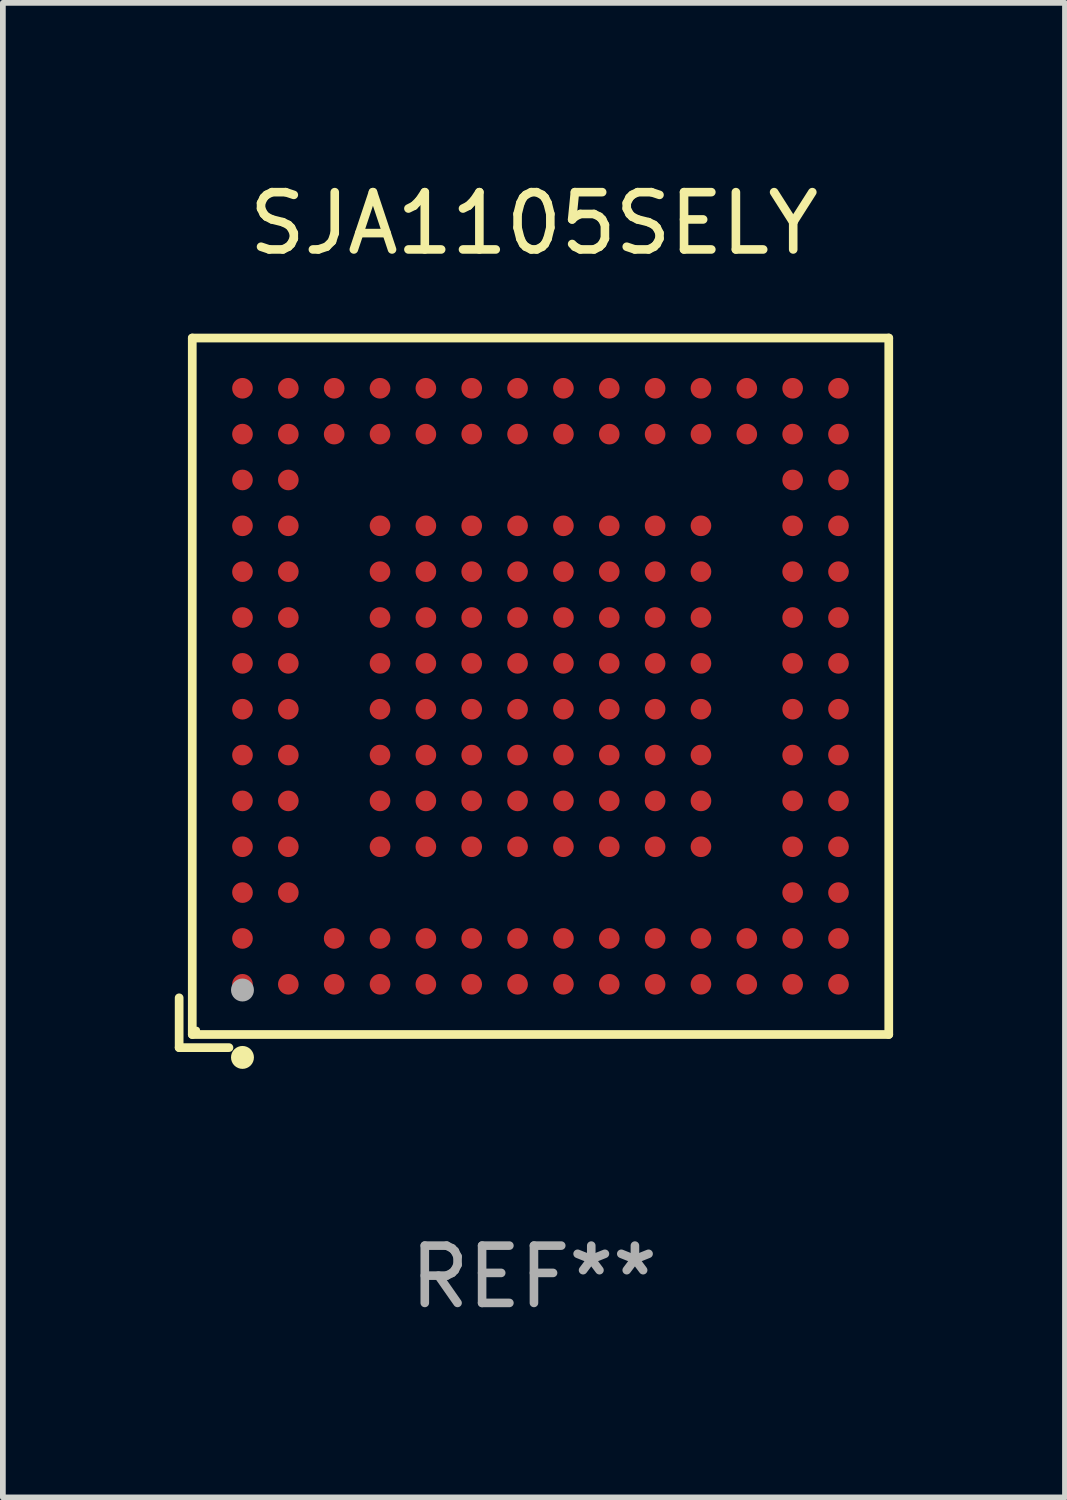
<source format=kicad_pcb>
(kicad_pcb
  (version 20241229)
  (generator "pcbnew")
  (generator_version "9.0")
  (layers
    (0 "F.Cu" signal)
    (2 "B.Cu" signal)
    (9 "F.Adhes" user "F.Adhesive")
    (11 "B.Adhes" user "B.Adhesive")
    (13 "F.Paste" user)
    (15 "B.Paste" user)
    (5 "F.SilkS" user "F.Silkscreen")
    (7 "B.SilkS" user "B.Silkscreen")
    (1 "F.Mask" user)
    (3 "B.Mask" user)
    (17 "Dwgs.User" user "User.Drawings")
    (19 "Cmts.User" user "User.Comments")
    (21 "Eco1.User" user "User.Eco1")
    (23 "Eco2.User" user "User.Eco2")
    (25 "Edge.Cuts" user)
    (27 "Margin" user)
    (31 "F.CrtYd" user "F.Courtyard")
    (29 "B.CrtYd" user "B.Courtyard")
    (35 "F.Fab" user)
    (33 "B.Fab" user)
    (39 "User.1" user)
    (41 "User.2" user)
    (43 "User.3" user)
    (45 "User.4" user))
  (footprint "SJA1105SELY"
    (layer "F.Cu")
    (at 6.267 9.039)
    (property "Reference" "SJA1105SELY" (at 0 -8.191 0) (layer "F.SilkS") (effects (font (size 1 1) (thickness 0.15))))
    (attr through_hole)
    (fp_line (start -6.191 5.322) (end -6.191 6.191) (stroke (width 0.152) (type solid)) (layer "F.SilkS"))
    (fp_line (start -6.191 6.191) (end -5.322 6.191) (stroke (width 0.152) (type solid)) (layer "F.SilkS"))
    (fp_line (start -5.962 -6.191) (end 6.191 -6.191) (stroke (width 0.152) (type solid)) (layer "F.SilkS"))
    (fp_line (start -5.962 5.962) (end -5.962 -6.191) (stroke (width 0.152) (type solid)) (layer "F.SilkS"))
    (fp_line (start 6.191 -6.191) (end 6.191 5.962) (stroke (width 0.152) (type solid)) (layer "F.SilkS"))
    (fp_line (start 6.191 5.962) (end -5.962 5.962) (stroke (width 0.152) (type solid)) (layer "F.SilkS"))
    (fp_circle (center -5.886 5.886) (end -5.856 5.886) (stroke (width 0.06) (type solid)) (fill no) (layer "F.SilkS"))
    (fp_circle (center -5.086 6.362) (end -4.986 6.362) (stroke (width 0.2) (type solid)) (fill no) (layer "F.SilkS"))
    (fp_circle (center -5.086 5.186) (end -4.986 5.186) (stroke (width 0.2) (type solid)) (fill no) (layer "F.Fab"))
    (fp_text user "REF**" (at 0 10.191 0) (layer "F.Fab") (effects (font (size 1 1) (thickness 0.15))))
    (pad "A1" smd circle (at -5.086 5.086) (size 0.36 0.36) (layers "F.Cu" "F.Mask" "F.Paste"))
    (pad "A2" smd circle (at -5.086 4.286) (size 0.36 0.36) (layers "F.Cu" "F.Mask" "F.Paste"))
    (pad "A3" smd circle (at -5.086 3.486) (size 0.36 0.36) (layers "F.Cu" "F.Mask" "F.Paste"))
    (pad "A4" smd circle (at -5.086 2.686) (size 0.36 0.36) (layers "F.Cu" "F.Mask" "F.Paste"))
    (pad "A5" smd circle (at -5.086 1.886) (size 0.36 0.36) (layers "F.Cu" "F.Mask" "F.Paste"))
    (pad "A6" smd circle (at -5.086 1.086) (size 0.36 0.36) (layers "F.Cu" "F.Mask" "F.Paste"))
    (pad "A7" smd circle (at -5.086 0.286) (size 0.36 0.36) (layers "F.Cu" "F.Mask" "F.Paste"))
    (pad "A8" smd circle (at -5.086 -0.514) (size 0.36 0.36) (layers "F.Cu" "F.Mask" "F.Paste"))
    (pad "A9" smd circle (at -5.086 -1.314) (size 0.36 0.36) (layers "F.Cu" "F.Mask" "F.Paste"))
    (pad "A10" smd circle (at -5.086 -2.114) (size 0.36 0.36) (layers "F.Cu" "F.Mask" "F.Paste"))
    (pad "A11" smd circle (at -5.086 -2.914) (size 0.36 0.36) (layers "F.Cu" "F.Mask" "F.Paste"))
    (pad "A12" smd circle (at -5.086 -3.714) (size 0.36 0.36) (layers "F.Cu" "F.Mask" "F.Paste"))
    (pad "A13" smd circle (at -5.086 -4.514) (size 0.36 0.36) (layers "F.Cu" "F.Mask" "F.Paste"))
    (pad "A14" smd circle (at -5.086 -5.314) (size 0.36 0.36) (layers "F.Cu" "F.Mask" "F.Paste"))
    (pad "B1" smd circle (at -4.286 5.086) (size 0.36 0.36) (layers "F.Cu" "F.Mask" "F.Paste"))
    (pad "B3" smd circle (at -4.286 3.486) (size 0.36 0.36) (layers "F.Cu" "F.Mask" "F.Paste"))
    (pad "B4" smd circle (at -4.286 2.686) (size 0.36 0.36) (layers "F.Cu" "F.Mask" "F.Paste"))
    (pad "B5" smd circle (at -4.286 1.886) (size 0.36 0.36) (layers "F.Cu" "F.Mask" "F.Paste"))
    (pad "B6" smd circle (at -4.286 1.086) (size 0.36 0.36) (layers "F.Cu" "F.Mask" "F.Paste"))
    (pad "B7" smd circle (at -4.286 0.286) (size 0.36 0.36) (layers "F.Cu" "F.Mask" "F.Paste"))
    (pad "B8" smd circle (at -4.286 -0.514) (size 0.36 0.36) (layers "F.Cu" "F.Mask" "F.Paste"))
    (pad "B9" smd circle (at -4.286 -1.314) (size 0.36 0.36) (layers "F.Cu" "F.Mask" "F.Paste"))
    (pad "B10" smd circle (at -4.286 -2.114) (size 0.36 0.36) (layers "F.Cu" "F.Mask" "F.Paste"))
    (pad "B11" smd circle (at -4.286 -2.914) (size 0.36 0.36) (layers "F.Cu" "F.Mask" "F.Paste"))
    (pad "B12" smd circle (at -4.286 -3.714) (size 0.36 0.36) (layers "F.Cu" "F.Mask" "F.Paste"))
    (pad "B13" smd circle (at -4.286 -4.514) (size 0.36 0.36) (layers "F.Cu" "F.Mask" "F.Paste"))
    (pad "B14" smd circle (at -4.286 -5.314) (size 0.36 0.36) (layers "F.Cu" "F.Mask" "F.Paste"))
    (pad "C1" smd circle (at -3.486 5.086) (size 0.36 0.36) (layers "F.Cu" "F.Mask" "F.Paste"))
    (pad "C2" smd circle (at -3.486 4.286) (size 0.36 0.36) (layers "F.Cu" "F.Mask" "F.Paste"))
    (pad "C13" smd circle (at -3.486 -4.514) (size 0.36 0.36) (layers "F.Cu" "F.Mask" "F.Paste"))
    (pad "C14" smd circle (at -3.486 -5.314) (size 0.36 0.36) (layers "F.Cu" "F.Mask" "F.Paste"))
    (pad "D1" smd circle (at -2.686 5.086) (size 0.36 0.36) (layers "F.Cu" "F.Mask" "F.Paste"))
    (pad "D2" smd circle (at -2.686 4.286) (size 0.36 0.36) (layers "F.Cu" "F.Mask" "F.Paste"))
    (pad "D4" smd circle (at -2.686 2.686) (size 0.36 0.36) (layers "F.Cu" "F.Mask" "F.Paste"))
    (pad "D5" smd circle (at -2.686 1.886) (size 0.36 0.36) (layers "F.Cu" "F.Mask" "F.Paste"))
    (pad "D6" smd circle (at -2.686 1.086) (size 0.36 0.36) (layers "F.Cu" "F.Mask" "F.Paste"))
    (pad "D7" smd circle (at -2.686 0.286) (size 0.36 0.36) (layers "F.Cu" "F.Mask" "F.Paste"))
    (pad "D8" smd circle (at -2.686 -0.514) (size 0.36 0.36) (layers "F.Cu" "F.Mask" "F.Paste"))
    (pad "D9" smd circle (at -2.686 -1.314) (size 0.36 0.36) (layers "F.Cu" "F.Mask" "F.Paste"))
    (pad "D10" smd circle (at -2.686 -2.114) (size 0.36 0.36) (layers "F.Cu" "F.Mask" "F.Paste"))
    (pad "D11" smd circle (at -2.686 -2.914) (size 0.36 0.36) (layers "F.Cu" "F.Mask" "F.Paste"))
    (pad "D13" smd circle (at -2.686 -4.514) (size 0.36 0.36) (layers "F.Cu" "F.Mask" "F.Paste"))
    (pad "D14" smd circle (at -2.686 -5.314) (size 0.36 0.36) (layers "F.Cu" "F.Mask" "F.Paste"))
    (pad "E1" smd circle (at -1.886 5.086) (size 0.36 0.36) (layers "F.Cu" "F.Mask" "F.Paste"))
    (pad "E2" smd circle (at -1.886 4.286) (size 0.36 0.36) (layers "F.Cu" "F.Mask" "F.Paste"))
    (pad "E4" smd circle (at -1.886 2.686) (size 0.36 0.36) (layers "F.Cu" "F.Mask" "F.Paste"))
    (pad "E5" smd circle (at -1.886 1.886) (size 0.36 0.36) (layers "F.Cu" "F.Mask" "F.Paste"))
    (pad "E6" smd circle (at -1.886 1.086) (size 0.36 0.36) (layers "F.Cu" "F.Mask" "F.Paste"))
    (pad "E7" smd circle (at -1.886 0.286) (size 0.36 0.36) (layers "F.Cu" "F.Mask" "F.Paste"))
    (pad "E8" smd circle (at -1.886 -0.514) (size 0.36 0.36) (layers "F.Cu" "F.Mask" "F.Paste"))
    (pad "E9" smd circle (at -1.886 -1.314) (size 0.36 0.36) (layers "F.Cu" "F.Mask" "F.Paste"))
    (pad "E10" smd circle (at -1.886 -2.114) (size 0.36 0.36) (layers "F.Cu" "F.Mask" "F.Paste"))
    (pad "E11" smd circle (at -1.886 -2.914) (size 0.36 0.36) (layers "F.Cu" "F.Mask" "F.Paste"))
    (pad "E13" smd circle (at -1.886 -4.514) (size 0.36 0.36) (layers "F.Cu" "F.Mask" "F.Paste"))
    (pad "E14" smd circle (at -1.886 -5.314) (size 0.36 0.36) (layers "F.Cu" "F.Mask" "F.Paste"))
    (pad "F1" smd circle (at -1.086 5.086) (size 0.36 0.36) (layers "F.Cu" "F.Mask" "F.Paste"))
    (pad "F2" smd circle (at -1.086 4.286) (size 0.36 0.36) (layers "F.Cu" "F.Mask" "F.Paste"))
    (pad "F4" smd circle (at -1.086 2.686) (size 0.36 0.36) (layers "F.Cu" "F.Mask" "F.Paste"))
    (pad "F5" smd circle (at -1.086 1.886) (size 0.36 0.36) (layers "F.Cu" "F.Mask" "F.Paste"))
    (pad "F6" smd circle (at -1.086 1.086) (size 0.36 0.36) (layers "F.Cu" "F.Mask" "F.Paste"))
    (pad "F7" smd circle (at -1.086 0.286) (size 0.36 0.36) (layers "F.Cu" "F.Mask" "F.Paste"))
    (pad "F8" smd circle (at -1.086 -0.514) (size 0.36 0.36) (layers "F.Cu" "F.Mask" "F.Paste"))
    (pad "F9" smd circle (at -1.086 -1.314) (size 0.36 0.36) (layers "F.Cu" "F.Mask" "F.Paste"))
    (pad "F10" smd circle (at -1.086 -2.114) (size 0.36 0.36) (layers "F.Cu" "F.Mask" "F.Paste"))
    (pad "F11" smd circle (at -1.086 -2.914) (size 0.36 0.36) (layers "F.Cu" "F.Mask" "F.Paste"))
    (pad "F13" smd circle (at -1.086 -4.514) (size 0.36 0.36) (layers "F.Cu" "F.Mask" "F.Paste"))
    (pad "F14" smd circle (at -1.086 -5.314) (size 0.36 0.36) (layers "F.Cu" "F.Mask" "F.Paste"))
    (pad "G1" smd circle (at -0.286 5.086) (size 0.36 0.36) (layers "F.Cu" "F.Mask" "F.Paste"))
    (pad "G2" smd circle (at -0.286 4.286) (size 0.36 0.36) (layers "F.Cu" "F.Mask" "F.Paste"))
    (pad "G4" smd circle (at -0.286 2.686) (size 0.36 0.36) (layers "F.Cu" "F.Mask" "F.Paste"))
    (pad "G5" smd circle (at -0.286 1.886) (size 0.36 0.36) (layers "F.Cu" "F.Mask" "F.Paste"))
    (pad "G6" smd circle (at -0.286 1.086) (size 0.36 0.36) (layers "F.Cu" "F.Mask" "F.Paste"))
    (pad "G7" smd circle (at -0.286 0.286) (size 0.36 0.36) (layers "F.Cu" "F.Mask" "F.Paste"))
    (pad "G8" smd circle (at -0.286 -0.514) (size 0.36 0.36) (layers "F.Cu" "F.Mask" "F.Paste"))
    (pad "G9" smd circle (at -0.286 -1.314) (size 0.36 0.36) (layers "F.Cu" "F.Mask" "F.Paste"))
    (pad "G10" smd circle (at -0.286 -2.114) (size 0.36 0.36) (layers "F.Cu" "F.Mask" "F.Paste"))
    (pad "G11" smd circle (at -0.286 -2.914) (size 0.36 0.36) (layers "F.Cu" "F.Mask" "F.Paste"))
    (pad "G13" smd circle (at -0.286 -4.514) (size 0.36 0.36) (layers "F.Cu" "F.Mask" "F.Paste"))
    (pad "G14" smd circle (at -0.286 -5.314) (size 0.36 0.36) (layers "F.Cu" "F.Mask" "F.Paste"))
    (pad "H1" smd circle (at 0.514 5.086) (size 0.36 0.36) (layers "F.Cu" "F.Mask" "F.Paste"))
    (pad "H2" smd circle (at 0.514 4.286) (size 0.36 0.36) (layers "F.Cu" "F.Mask" "F.Paste"))
    (pad "H4" smd circle (at 0.514 2.686) (size 0.36 0.36) (layers "F.Cu" "F.Mask" "F.Paste"))
    (pad "H5" smd circle (at 0.514 1.886) (size 0.36 0.36) (layers "F.Cu" "F.Mask" "F.Paste"))
    (pad "H6" smd circle (at 0.514 1.086) (size 0.36 0.36) (layers "F.Cu" "F.Mask" "F.Paste"))
    (pad "H7" smd circle (at 0.514 0.286) (size 0.36 0.36) (layers "F.Cu" "F.Mask" "F.Paste"))
    (pad "H8" smd circle (at 0.514 -0.514) (size 0.36 0.36) (layers "F.Cu" "F.Mask" "F.Paste"))
    (pad "H9" smd circle (at 0.514 -1.314) (size 0.36 0.36) (layers "F.Cu" "F.Mask" "F.Paste"))
    (pad "H10" smd circle (at 0.514 -2.114) (size 0.36 0.36) (layers "F.Cu" "F.Mask" "F.Paste"))
    (pad "H11" smd circle (at 0.514 -2.914) (size 0.36 0.36) (layers "F.Cu" "F.Mask" "F.Paste"))
    (pad "H13" smd circle (at 0.514 -4.514) (size 0.36 0.36) (layers "F.Cu" "F.Mask" "F.Paste"))
    (pad "H14" smd circle (at 0.514 -5.314) (size 0.36 0.36) (layers "F.Cu" "F.Mask" "F.Paste"))
    (pad "J1" smd circle (at 1.314 5.086) (size 0.36 0.36) (layers "F.Cu" "F.Mask" "F.Paste"))
    (pad "J2" smd circle (at 1.314 4.286) (size 0.36 0.36) (layers "F.Cu" "F.Mask" "F.Paste"))
    (pad "J4" smd circle (at 1.314 2.686) (size 0.36 0.36) (layers "F.Cu" "F.Mask" "F.Paste"))
    (pad "J5" smd circle (at 1.314 1.886) (size 0.36 0.36) (layers "F.Cu" "F.Mask" "F.Paste"))
    (pad "J6" smd circle (at 1.314 1.086) (size 0.36 0.36) (layers "F.Cu" "F.Mask" "F.Paste"))
    (pad "J7" smd circle (at 1.314 0.286) (size 0.36 0.36) (layers "F.Cu" "F.Mask" "F.Paste"))
    (pad "J8" smd circle (at 1.314 -0.514) (size 0.36 0.36) (layers "F.Cu" "F.Mask" "F.Paste"))
    (pad "J9" smd circle (at 1.314 -1.314) (size 0.36 0.36) (layers "F.Cu" "F.Mask" "F.Paste"))
    (pad "J10" smd circle (at 1.314 -2.114) (size 0.36 0.36) (layers "F.Cu" "F.Mask" "F.Paste"))
    (pad "J11" smd circle (at 1.314 -2.914) (size 0.36 0.36) (layers "F.Cu" "F.Mask" "F.Paste"))
    (pad "J13" smd circle (at 1.314 -4.514) (size 0.36 0.36) (layers "F.Cu" "F.Mask" "F.Paste"))
    (pad "J14" smd circle (at 1.314 -5.314) (size 0.36 0.36) (layers "F.Cu" "F.Mask" "F.Paste"))
    (pad "K1" smd circle (at 2.114 5.086) (size 0.36 0.36) (layers "F.Cu" "F.Mask" "F.Paste"))
    (pad "K2" smd circle (at 2.114 4.286) (size 0.36 0.36) (layers "F.Cu" "F.Mask" "F.Paste"))
    (pad "K4" smd circle (at 2.114 2.686) (size 0.36 0.36) (layers "F.Cu" "F.Mask" "F.Paste"))
    (pad "K5" smd circle (at 2.114 1.886) (size 0.36 0.36) (layers "F.Cu" "F.Mask" "F.Paste"))
    (pad "K6" smd circle (at 2.114 1.086) (size 0.36 0.36) (layers "F.Cu" "F.Mask" "F.Paste"))
    (pad "K7" smd circle (at 2.114 0.286) (size 0.36 0.36) (layers "F.Cu" "F.Mask" "F.Paste"))
    (pad "K8" smd circle (at 2.114 -0.514) (size 0.36 0.36) (layers "F.Cu" "F.Mask" "F.Paste"))
    (pad "K9" smd circle (at 2.114 -1.314) (size 0.36 0.36) (layers "F.Cu" "F.Mask" "F.Paste"))
    (pad "K10" smd circle (at 2.114 -2.114) (size 0.36 0.36) (layers "F.Cu" "F.Mask" "F.Paste"))
    (pad "K11" smd circle (at 2.114 -2.914) (size 0.36 0.36) (layers "F.Cu" "F.Mask" "F.Paste"))
    (pad "K13" smd circle (at 2.114 -4.514) (size 0.36 0.36) (layers "F.Cu" "F.Mask" "F.Paste"))
    (pad "K14" smd circle (at 2.114 -5.314) (size 0.36 0.36) (layers "F.Cu" "F.Mask" "F.Paste"))
    (pad "L1" smd circle (at 2.914 5.086) (size 0.36 0.36) (layers "F.Cu" "F.Mask" "F.Paste"))
    (pad "L2" smd circle (at 2.914 4.286) (size 0.36 0.36) (layers "F.Cu" "F.Mask" "F.Paste"))
    (pad "L4" smd circle (at 2.914 2.686) (size 0.36 0.36) (layers "F.Cu" "F.Mask" "F.Paste"))
    (pad "L5" smd circle (at 2.914 1.886) (size 0.36 0.36) (layers "F.Cu" "F.Mask" "F.Paste"))
    (pad "L6" smd circle (at 2.914 1.086) (size 0.36 0.36) (layers "F.Cu" "F.Mask" "F.Paste"))
    (pad "L7" smd circle (at 2.914 0.286) (size 0.36 0.36) (layers "F.Cu" "F.Mask" "F.Paste"))
    (pad "L8" smd circle (at 2.914 -0.514) (size 0.36 0.36) (layers "F.Cu" "F.Mask" "F.Paste"))
    (pad "L9" smd circle (at 2.914 -1.314) (size 0.36 0.36) (layers "F.Cu" "F.Mask" "F.Paste"))
    (pad "L10" smd circle (at 2.914 -2.114) (size 0.36 0.36) (layers "F.Cu" "F.Mask" "F.Paste"))
    (pad "L11" smd circle (at 2.914 -2.914) (size 0.36 0.36) (layers "F.Cu" "F.Mask" "F.Paste"))
    (pad "L13" smd circle (at 2.914 -4.514) (size 0.36 0.36) (layers "F.Cu" "F.Mask" "F.Paste"))
    (pad "L14" smd circle (at 2.914 -5.314) (size 0.36 0.36) (layers "F.Cu" "F.Mask" "F.Paste"))
    (pad "M1" smd circle (at 3.714 5.086) (size 0.36 0.36) (layers "F.Cu" "F.Mask" "F.Paste"))
    (pad "M2" smd circle (at 3.714 4.286) (size 0.36 0.36) (layers "F.Cu" "F.Mask" "F.Paste"))
    (pad "M13" smd circle (at 3.714 -4.514) (size 0.36 0.36) (layers "F.Cu" "F.Mask" "F.Paste"))
    (pad "M14" smd circle (at 3.714 -5.314) (size 0.36 0.36) (layers "F.Cu" "F.Mask" "F.Paste"))
    (pad "N1" smd circle (at 4.514 5.086) (size 0.36 0.36) (layers "F.Cu" "F.Mask" "F.Paste"))
    (pad "N2" smd circle (at 4.514 4.286) (size 0.36 0.36) (layers "F.Cu" "F.Mask" "F.Paste"))
    (pad "N3" smd circle (at 4.514 3.486) (size 0.36 0.36) (layers "F.Cu" "F.Mask" "F.Paste"))
    (pad "N4" smd circle (at 4.514 2.686) (size 0.36 0.36) (layers "F.Cu" "F.Mask" "F.Paste"))
    (pad "N5" smd circle (at 4.514 1.886) (size 0.36 0.36) (layers "F.Cu" "F.Mask" "F.Paste"))
    (pad "N6" smd circle (at 4.514 1.086) (size 0.36 0.36) (layers "F.Cu" "F.Mask" "F.Paste"))
    (pad "N7" smd circle (at 4.514 0.286) (size 0.36 0.36) (layers "F.Cu" "F.Mask" "F.Paste"))
    (pad "N8" smd circle (at 4.514 -0.514) (size 0.36 0.36) (layers "F.Cu" "F.Mask" "F.Paste"))
    (pad "N9" smd circle (at 4.514 -1.314) (size 0.36 0.36) (layers "F.Cu" "F.Mask" "F.Paste"))
    (pad "N10" smd circle (at 4.514 -2.114) (size 0.36 0.36) (layers "F.Cu" "F.Mask" "F.Paste"))
    (pad "N11" smd circle (at 4.514 -2.914) (size 0.36 0.36) (layers "F.Cu" "F.Mask" "F.Paste"))
    (pad "N12" smd circle (at 4.514 -3.714) (size 0.36 0.36) (layers "F.Cu" "F.Mask" "F.Paste"))
    (pad "N13" smd circle (at 4.514 -4.514) (size 0.36 0.36) (layers "F.Cu" "F.Mask" "F.Paste"))
    (pad "N14" smd circle (at 4.514 -5.314) (size 0.36 0.36) (layers "F.Cu" "F.Mask" "F.Paste"))
    (pad "P1" smd circle (at 5.314 5.086) (size 0.36 0.36) (layers "F.Cu" "F.Mask" "F.Paste"))
    (pad "P2" smd circle (at 5.314 4.286) (size 0.36 0.36) (layers "F.Cu" "F.Mask" "F.Paste"))
    (pad "P3" smd circle (at 5.314 3.486) (size 0.36 0.36) (layers "F.Cu" "F.Mask" "F.Paste"))
    (pad "P4" smd circle (at 5.314 2.686) (size 0.36 0.36) (layers "F.Cu" "F.Mask" "F.Paste"))
    (pad "P5" smd circle (at 5.314 1.886) (size 0.36 0.36) (layers "F.Cu" "F.Mask" "F.Paste"))
    (pad "P6" smd circle (at 5.314 1.086) (size 0.36 0.36) (layers "F.Cu" "F.Mask" "F.Paste"))
    (pad "P7" smd circle (at 5.314 0.286) (size 0.36 0.36) (layers "F.Cu" "F.Mask" "F.Paste"))
    (pad "P8" smd circle (at 5.314 -0.514) (size 0.36 0.36) (layers "F.Cu" "F.Mask" "F.Paste"))
    (pad "P9" smd circle (at 5.314 -1.314) (size 0.36 0.36) (layers "F.Cu" "F.Mask" "F.Paste"))
    (pad "P10" smd circle (at 5.314 -2.114) (size 0.36 0.36) (layers "F.Cu" "F.Mask" "F.Paste"))
    (pad "P11" smd circle (at 5.314 -2.914) (size 0.36 0.36) (layers "F.Cu" "F.Mask" "F.Paste"))
    (pad "P12" smd circle (at 5.314 -3.714) (size 0.36 0.36) (layers "F.Cu" "F.Mask" "F.Paste"))
    (pad "P13" smd circle (at 5.314 -4.514) (size 0.36 0.36) (layers "F.Cu" "F.Mask" "F.Paste"))
    (pad "P14" smd circle (at 5.314 -5.314) (size 0.36 0.36) (layers "F.Cu" "F.Mask" "F.Paste")))
  (gr_rect
    (start -3 -3)
    (end 15.533 23.078)
    (stroke (width 0.1) (type default))
    (fill no)
    (layer "Edge.Cuts")))
</source>
